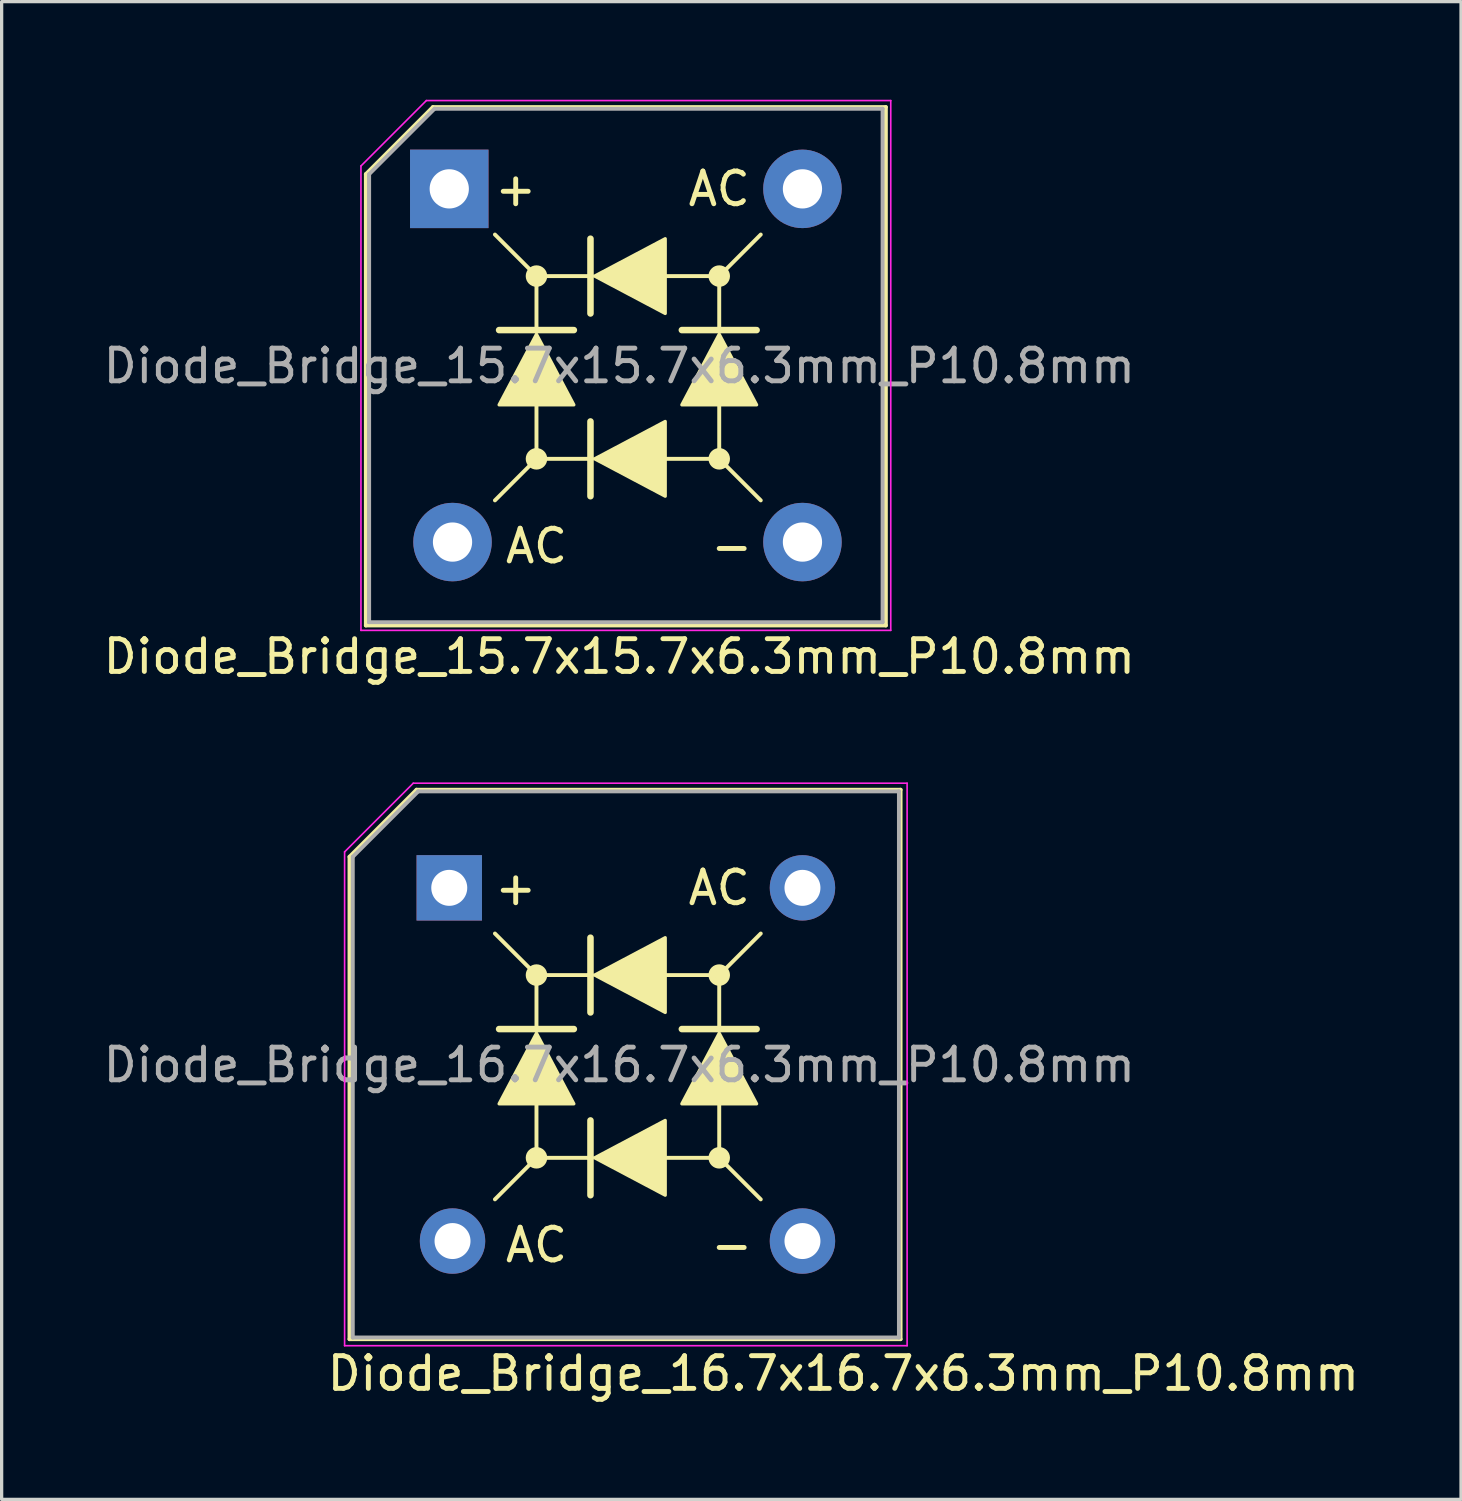
<source format=kicad_pcb>
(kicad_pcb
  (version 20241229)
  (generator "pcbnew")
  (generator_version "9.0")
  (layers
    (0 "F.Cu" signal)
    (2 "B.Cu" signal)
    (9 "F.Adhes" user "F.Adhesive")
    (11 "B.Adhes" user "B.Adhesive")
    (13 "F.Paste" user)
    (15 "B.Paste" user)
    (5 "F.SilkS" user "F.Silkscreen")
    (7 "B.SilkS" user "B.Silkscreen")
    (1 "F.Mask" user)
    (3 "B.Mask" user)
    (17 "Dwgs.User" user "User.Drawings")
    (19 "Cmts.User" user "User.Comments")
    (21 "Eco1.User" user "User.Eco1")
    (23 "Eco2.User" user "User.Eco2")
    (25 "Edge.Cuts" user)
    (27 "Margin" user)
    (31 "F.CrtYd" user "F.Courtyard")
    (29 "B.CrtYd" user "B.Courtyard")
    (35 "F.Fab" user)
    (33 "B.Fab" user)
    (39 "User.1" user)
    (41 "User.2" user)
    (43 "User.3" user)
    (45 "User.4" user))
  (footprint "Diode_Bridge_16.7x16.7x6.3mm_P10.8mm"
    (layer "F.Cu")
    (at 10.687 24.098)
    (property "Reference" "Diode_Bridge_16.7x16.7x6.3mm_P10.8mm" (at 12.05 14.85 180) (layer "F.SilkS") (effects (font (size 1 1) (thickness 0.15))))
    (fp_line (start -3.05 -0.95) (end -3.05 13.8) (stroke (width 0.12) (type solid)) (layer "F.SilkS"))
    (fp_line (start -3.05 13.8) (end 13.8 13.8) (stroke (width 0.12) (type solid)) (layer "F.SilkS"))
    (fp_line (start -1 -3) (end -3.05 -0.95) (stroke (width 0.12) (type solid)) (layer "F.SilkS"))
    (fp_line (start 1.397 1.397) (end 2.667 2.667) (stroke (width 0.12) (type solid)) (layer "F.SilkS"))
    (fp_line (start 1.397 9.525) (end 2.667 8.255) (stroke (width 0.12) (type solid)) (layer "F.SilkS"))
    (fp_line (start 2.667 4.318) (end 1.524 4.318) (stroke (width 0.2) (type solid)) (layer "F.SilkS"))
    (fp_line (start 2.667 4.318) (end 2.667 2.667) (stroke (width 0.12) (type solid)) (layer "F.SilkS"))
    (fp_line (start 2.667 8.255) (end 2.667 6.604) (stroke (width 0.12) (type solid)) (layer "F.SilkS"))
    (fp_line (start 3.81 4.318) (end 2.667 4.318) (stroke (width 0.2) (type solid)) (layer "F.SilkS"))
    (fp_line (start 4.318 1.524) (end 4.318 2.667) (stroke (width 0.2) (type solid)) (layer "F.SilkS"))
    (fp_line (start 4.318 2.667) (end 2.667 2.667) (stroke (width 0.12) (type solid)) (layer "F.SilkS"))
    (fp_line (start 4.318 2.667) (end 4.318 3.81) (stroke (width 0.2) (type solid)) (layer "F.SilkS"))
    (fp_line (start 4.318 7.112) (end 4.318 8.255) (stroke (width 0.2) (type solid)) (layer "F.SilkS"))
    (fp_line (start 4.318 8.255) (end 2.667 8.255) (stroke (width 0.12) (type solid)) (layer "F.SilkS"))
    (fp_line (start 4.318 8.255) (end 4.318 9.398) (stroke (width 0.2) (type solid)) (layer "F.SilkS"))
    (fp_line (start 8.255 2.667) (end 6.604 2.667) (stroke (width 0.12) (type solid)) (layer "F.SilkS"))
    (fp_line (start 8.255 4.318) (end 7.112 4.318) (stroke (width 0.2) (type solid)) (layer "F.SilkS"))
    (fp_line (start 8.255 4.318) (end 8.255 2.667) (stroke (width 0.12) (type solid)) (layer "F.SilkS"))
    (fp_line (start 8.255 8.255) (end 6.604 8.255) (stroke (width 0.12) (type solid)) (layer "F.SilkS"))
    (fp_line (start 8.255 8.255) (end 8.255 6.604) (stroke (width 0.12) (type solid)) (layer "F.SilkS"))
    (fp_line (start 9.398 4.318) (end 8.255 4.318) (stroke (width 0.2) (type solid)) (layer "F.SilkS"))
    (fp_line (start 9.525 1.397) (end 8.255 2.667) (stroke (width 0.12) (type solid)) (layer "F.SilkS"))
    (fp_line (start 9.525 9.525) (end 8.255 8.255) (stroke (width 0.12) (type solid)) (layer "F.SilkS"))
    (fp_line (start 13.8 -3) (end -1 -3) (stroke (width 0.12) (type solid)) (layer "F.SilkS"))
    (fp_line (start 13.8 13.8) (end 13.8 -3) (stroke (width 0.12) (type solid)) (layer "F.SilkS"))
    (fp_circle (center 2.667 2.667) (end 2.731 2.603) (stroke (width 0.12) (type solid)) (fill no) (layer "F.SilkS"))
    (fp_circle (center 2.667 2.667) (end 2.794 2.54) (stroke (width 0.12) (type solid)) (fill no) (layer "F.SilkS"))
    (fp_circle (center 2.667 2.667) (end 2.857 2.477) (stroke (width 0.12) (type solid)) (fill no) (layer "F.SilkS"))
    (fp_circle (center 2.667 8.255) (end 2.731 8.191) (stroke (width 0.12) (type solid)) (fill no) (layer "F.SilkS"))
    (fp_circle (center 2.667 8.255) (end 2.794 8.128) (stroke (width 0.12) (type solid)) (fill no) (layer "F.SilkS"))
    (fp_circle (center 2.667 8.255) (end 2.857 8.065) (stroke (width 0.12) (type solid)) (fill no) (layer "F.SilkS"))
    (fp_circle (center 8.255 2.667) (end 8.319 2.603) (stroke (width 0.12) (type solid)) (fill no) (layer "F.SilkS"))
    (fp_circle (center 8.255 2.667) (end 8.382 2.54) (stroke (width 0.12) (type solid)) (fill no) (layer "F.SilkS"))
    (fp_circle (center 8.255 2.667) (end 8.445 2.477) (stroke (width 0.12) (type solid)) (fill no) (layer "F.SilkS"))
    (fp_circle (center 8.255 8.255) (end 8.319 8.191) (stroke (width 0.12) (type solid)) (fill no) (layer "F.SilkS"))
    (fp_circle (center 8.255 8.255) (end 8.382 8.128) (stroke (width 0.12) (type solid)) (fill no) (layer "F.SilkS"))
    (fp_circle (center 8.255 8.255) (end 8.445 8.065) (stroke (width 0.12) (type solid)) (fill no) (layer "F.SilkS"))
    (fp_poly (pts (xy 3.81 6.604) (xy 1.524 6.604) (xy 2.667 4.445)) (stroke (width 0.1) (type solid)) (fill yes) (layer "F.SilkS"))
    (fp_poly (pts (xy 6.604 1.524) (xy 6.604 3.81) (xy 4.445 2.667)) (stroke (width 0.1) (type solid)) (fill yes) (layer "F.SilkS"))
    (fp_poly (pts (xy 6.604 7.112) (xy 6.604 9.398) (xy 4.445 8.255)) (stroke (width 0.1) (type solid)) (fill yes) (layer "F.SilkS"))
    (fp_poly (pts (xy 9.398 6.604) (xy 7.112 6.604) (xy 8.255 4.445)) (stroke (width 0.1) (type solid)) (fill yes) (layer "F.SilkS"))
    (fp_line (start -3.2 -1.1) (end -1.1 -3.2) (stroke (width 0.05) (type solid)) (layer "F.CrtYd"))
    (fp_line (start -3.2 14) (end -3.2 -1.1) (stroke (width 0.05) (type solid)) (layer "F.CrtYd"))
    (fp_line (start -1.1 -3.2) (end 14 -3.2) (stroke (width 0.05) (type solid)) (layer "F.CrtYd"))
    (fp_line (start 14 -3.2) (end 14 14) (stroke (width 0.05) (type solid)) (layer "F.CrtYd"))
    (fp_line (start 14 14) (end -3.2 14) (stroke (width 0.05) (type solid)) (layer "F.CrtYd"))
    (fp_line (start -2.95 -0.95) (end -0.95 -2.95) (stroke (width 0.12) (type solid)) (layer "F.Fab"))
    (fp_line (start -2.95 13.75) (end -2.95 -0.95) (stroke (width 0.12) (type solid)) (layer "F.Fab"))
    (fp_line (start -0.95 -2.95) (end 13.75 -2.95) (stroke (width 0.12) (type solid)) (layer "F.Fab"))
    (fp_line (start 13.75 -2.95) (end 13.75 13.75) (stroke (width 0.12) (type solid)) (layer "F.Fab"))
    (fp_line (start 13.75 13.75) (end -2.95 13.75) (stroke (width 0.12) (type solid)) (layer "F.Fab"))
    (fp_text user "AC" (at 8.255 0 0) (layer "F.SilkS") (effects (font (size 1 1) (thickness 0.15))))
    (fp_text user "-" (at 8.636 10.922 0) (layer "F.SilkS") (effects (font (size 1 1) (thickness 0.15))))
    (fp_text user "+" (at 2.032 0 0) (layer "F.SilkS") (effects (font (size 1 1) (thickness 0.15))))
    (fp_text user "AC" (at 2.667 10.922 0) (layer "F.SilkS") (effects (font (size 1 1) (thickness 0.15))))
    (fp_text user "${REFERENCE}" (at 5.2 5.415 180) (layer "F.Fab") (effects (font (size 1 1) (thickness 0.15))))
    (pad "1" thru_hole rect (at 0 0 180) (size 2 2) (drill 1.1) (layers "*.Cu" "*.Mask"))
    (pad "2" thru_hole circle (at 0.1 10.8 180) (size 2 2) (drill 1.1) (layers "*.Cu" "*.Mask"))
    (pad "3" thru_hole circle (at 10.8 10.8 180) (size 2 2) (drill 1.1) (layers "*.Cu" "*.Mask"))
    (pad "4" thru_hole circle (at 10.8 0 180) (size 2 2) (drill 1.1) (layers "*.Cu" "*.Mask")))
  (footprint "Diode_Bridge_15.7x15.7x6.3mm_P10.8mm"
    (layer "F.Cu")
    (at 10.687 2.725)
    (property "Reference" "Diode_Bridge_15.7x15.7x6.3mm_P10.8mm" (at 5.2 14.3 180) (layer "F.SilkS") (effects (font (size 1 1) (thickness 0.15))))
    (attr through_hole)
    (fp_line (start -2.55 -0.45) (end -0.5 -2.5) (stroke (width 0.12) (type solid)) (layer "F.SilkS"))
    (fp_line (start -2.55 13.35) (end -2.55 -0.45) (stroke (width 0.12) (type solid)) (layer "F.SilkS"))
    (fp_line (start -0.5 -2.5) (end 13.35 -2.5) (stroke (width 0.12) (type solid)) (layer "F.SilkS"))
    (fp_line (start 1.397 1.397) (end 2.667 2.667) (stroke (width 0.12) (type solid)) (layer "F.SilkS"))
    (fp_line (start 1.397 9.525) (end 2.667 8.255) (stroke (width 0.12) (type solid)) (layer "F.SilkS"))
    (fp_line (start 2.667 4.318) (end 1.524 4.318) (stroke (width 0.2) (type solid)) (layer "F.SilkS"))
    (fp_line (start 2.667 4.318) (end 2.667 2.667) (stroke (width 0.12) (type solid)) (layer "F.SilkS"))
    (fp_line (start 2.667 8.255) (end 2.667 6.604) (stroke (width 0.12) (type solid)) (layer "F.SilkS"))
    (fp_line (start 3.81 4.318) (end 2.667 4.318) (stroke (width 0.2) (type solid)) (layer "F.SilkS"))
    (fp_line (start 4.318 1.524) (end 4.318 2.667) (stroke (width 0.2) (type solid)) (layer "F.SilkS"))
    (fp_line (start 4.318 2.667) (end 2.667 2.667) (stroke (width 0.12) (type solid)) (layer "F.SilkS"))
    (fp_line (start 4.318 2.667) (end 4.318 3.81) (stroke (width 0.2) (type solid)) (layer "F.SilkS"))
    (fp_line (start 4.318 7.112) (end 4.318 8.255) (stroke (width 0.2) (type solid)) (layer "F.SilkS"))
    (fp_line (start 4.318 8.255) (end 2.667 8.255) (stroke (width 0.12) (type solid)) (layer "F.SilkS"))
    (fp_line (start 4.318 8.255) (end 4.318 9.398) (stroke (width 0.2) (type solid)) (layer "F.SilkS"))
    (fp_line (start 8.255 2.667) (end 6.604 2.667) (stroke (width 0.12) (type solid)) (layer "F.SilkS"))
    (fp_line (start 8.255 4.318) (end 7.112 4.318) (stroke (width 0.2) (type solid)) (layer "F.SilkS"))
    (fp_line (start 8.255 4.318) (end 8.255 2.667) (stroke (width 0.12) (type solid)) (layer "F.SilkS"))
    (fp_line (start 8.255 8.255) (end 6.604 8.255) (stroke (width 0.12) (type solid)) (layer "F.SilkS"))
    (fp_line (start 8.255 8.255) (end 8.255 6.604) (stroke (width 0.12) (type solid)) (layer "F.SilkS"))
    (fp_line (start 9.398 4.318) (end 8.255 4.318) (stroke (width 0.2) (type solid)) (layer "F.SilkS"))
    (fp_line (start 9.525 1.397) (end 8.255 2.667) (stroke (width 0.12) (type solid)) (layer "F.SilkS"))
    (fp_line (start 9.525 9.525) (end 8.255 8.255) (stroke (width 0.12) (type solid)) (layer "F.SilkS"))
    (fp_line (start 13.35 -2.5) (end 13.35 13.35) (stroke (width 0.12) (type solid)) (layer "F.SilkS"))
    (fp_line (start 13.35 13.35) (end -2.55 13.35) (stroke (width 0.12) (type solid)) (layer "F.SilkS"))
    (fp_circle (center 2.667 2.667) (end 2.731 2.603) (stroke (width 0.12) (type solid)) (fill no) (layer "F.SilkS"))
    (fp_circle (center 2.667 2.667) (end 2.794 2.54) (stroke (width 0.12) (type solid)) (fill no) (layer "F.SilkS"))
    (fp_circle (center 2.667 2.667) (end 2.857 2.477) (stroke (width 0.12) (type solid)) (fill no) (layer "F.SilkS"))
    (fp_circle (center 2.667 8.255) (end 2.731 8.191) (stroke (width 0.12) (type solid)) (fill no) (layer "F.SilkS"))
    (fp_circle (center 2.667 8.255) (end 2.794 8.128) (stroke (width 0.12) (type solid)) (fill no) (layer "F.SilkS"))
    (fp_circle (center 2.667 8.255) (end 2.857 8.065) (stroke (width 0.12) (type solid)) (fill no) (layer "F.SilkS"))
    (fp_circle (center 8.255 2.667) (end 8.319 2.603) (stroke (width 0.12) (type solid)) (fill no) (layer "F.SilkS"))
    (fp_circle (center 8.255 2.667) (end 8.382 2.54) (stroke (width 0.12) (type solid)) (fill no) (layer "F.SilkS"))
    (fp_circle (center 8.255 2.667) (end 8.445 2.477) (stroke (width 0.12) (type solid)) (fill no) (layer "F.SilkS"))
    (fp_circle (center 8.255 8.255) (end 8.319 8.191) (stroke (width 0.12) (type solid)) (fill no) (layer "F.SilkS"))
    (fp_circle (center 8.255 8.255) (end 8.382 8.128) (stroke (width 0.12) (type solid)) (fill no) (layer "F.SilkS"))
    (fp_circle (center 8.255 8.255) (end 8.445 8.065) (stroke (width 0.12) (type solid)) (fill no) (layer "F.SilkS"))
    (fp_poly (pts (xy 3.81 6.604) (xy 1.524 6.604) (xy 2.667 4.445)) (stroke (width 0.1) (type solid)) (fill yes) (layer "F.SilkS"))
    (fp_poly (pts (xy 6.604 1.524) (xy 6.604 3.81) (xy 4.445 2.667)) (stroke (width 0.1) (type solid)) (fill yes) (layer "F.SilkS"))
    (fp_poly (pts (xy 6.604 7.112) (xy 6.604 9.398) (xy 4.445 8.255)) (stroke (width 0.1) (type solid)) (fill yes) (layer "F.SilkS"))
    (fp_poly (pts (xy 9.398 6.604) (xy 7.112 6.604) (xy 8.255 4.445)) (stroke (width 0.1) (type solid)) (fill yes) (layer "F.SilkS"))
    (fp_line (start -2.7 -0.7) (end -0.7 -2.7) (stroke (width 0.05) (type solid)) (layer "F.CrtYd"))
    (fp_line (start -2.7 13.5) (end -2.7 -0.7) (stroke (width 0.05) (type solid)) (layer "F.CrtYd"))
    (fp_line (start -0.7 -2.7) (end 13.5 -2.7) (stroke (width 0.05) (type solid)) (layer "F.CrtYd"))
    (fp_line (start 13.5 -2.7) (end 13.5 13.5) (stroke (width 0.05) (type solid)) (layer "F.CrtYd"))
    (fp_line (start 13.5 13.5) (end -2.7 13.5) (stroke (width 0.05) (type solid)) (layer "F.CrtYd"))
    (fp_line (start -2.45 -0.45) (end -0.45 -2.45) (stroke (width 0.12) (type solid)) (layer "F.Fab"))
    (fp_line (start -2.45 13.25) (end -2.45 -0.45) (stroke (width 0.12) (type solid)) (layer "F.Fab"))
    (fp_line (start -0.45 -2.45) (end 13.25 -2.45) (stroke (width 0.12) (type solid)) (layer "F.Fab"))
    (fp_line (start 13.25 -2.45) (end 13.25 13.25) (stroke (width 0.12) (type solid)) (layer "F.Fab"))
    (fp_line (start 13.25 13.25) (end -2.45 13.25) (stroke (width 0.12) (type solid)) (layer "F.Fab"))
    (fp_text user "AC" (at 2.667 10.922 0) (layer "F.SilkS") (effects (font (size 1 1) (thickness 0.15))))
    (fp_text user "AC" (at 8.255 0 0) (layer "F.SilkS") (effects (font (size 1 1) (thickness 0.15))))
    (fp_text user "-" (at 8.636 10.922 0) (layer "F.SilkS") (effects (font (size 1 1) (thickness 0.15))))
    (fp_text user "+" (at 2.032 0 0) (layer "F.SilkS") (effects (font (size 1 1) (thickness 0.15))))
    (fp_text user "${REFERENCE}" (at 5.2 5.415 180) (layer "F.Fab") (effects (font (size 1 1) (thickness 0.15))))
    (pad "1" thru_hole rect (at 0 0 180) (size 2.4 2.4) (drill 1.2) (layers "*.Cu" "*.Mask"))
    (pad "2" thru_hole circle (at 0.1 10.8 180) (size 2.4 2.4) (drill 1.2) (layers "*.Cu" "*.Mask"))
    (pad "3" thru_hole circle (at 10.8 10.8 180) (size 2.4 2.4) (drill 1.2) (layers "*.Cu" "*.Mask"))
    (pad "4" thru_hole circle (at 10.8 0 180) (size 2.4 2.4) (drill 1.2) (layers "*.Cu" "*.Mask")))
  (gr_rect
    (start -3 -3)
    (end 41.624 42.797)
    (stroke (width 0.1) (type default))
    (fill no)
    (layer "Edge.Cuts")))
</source>
